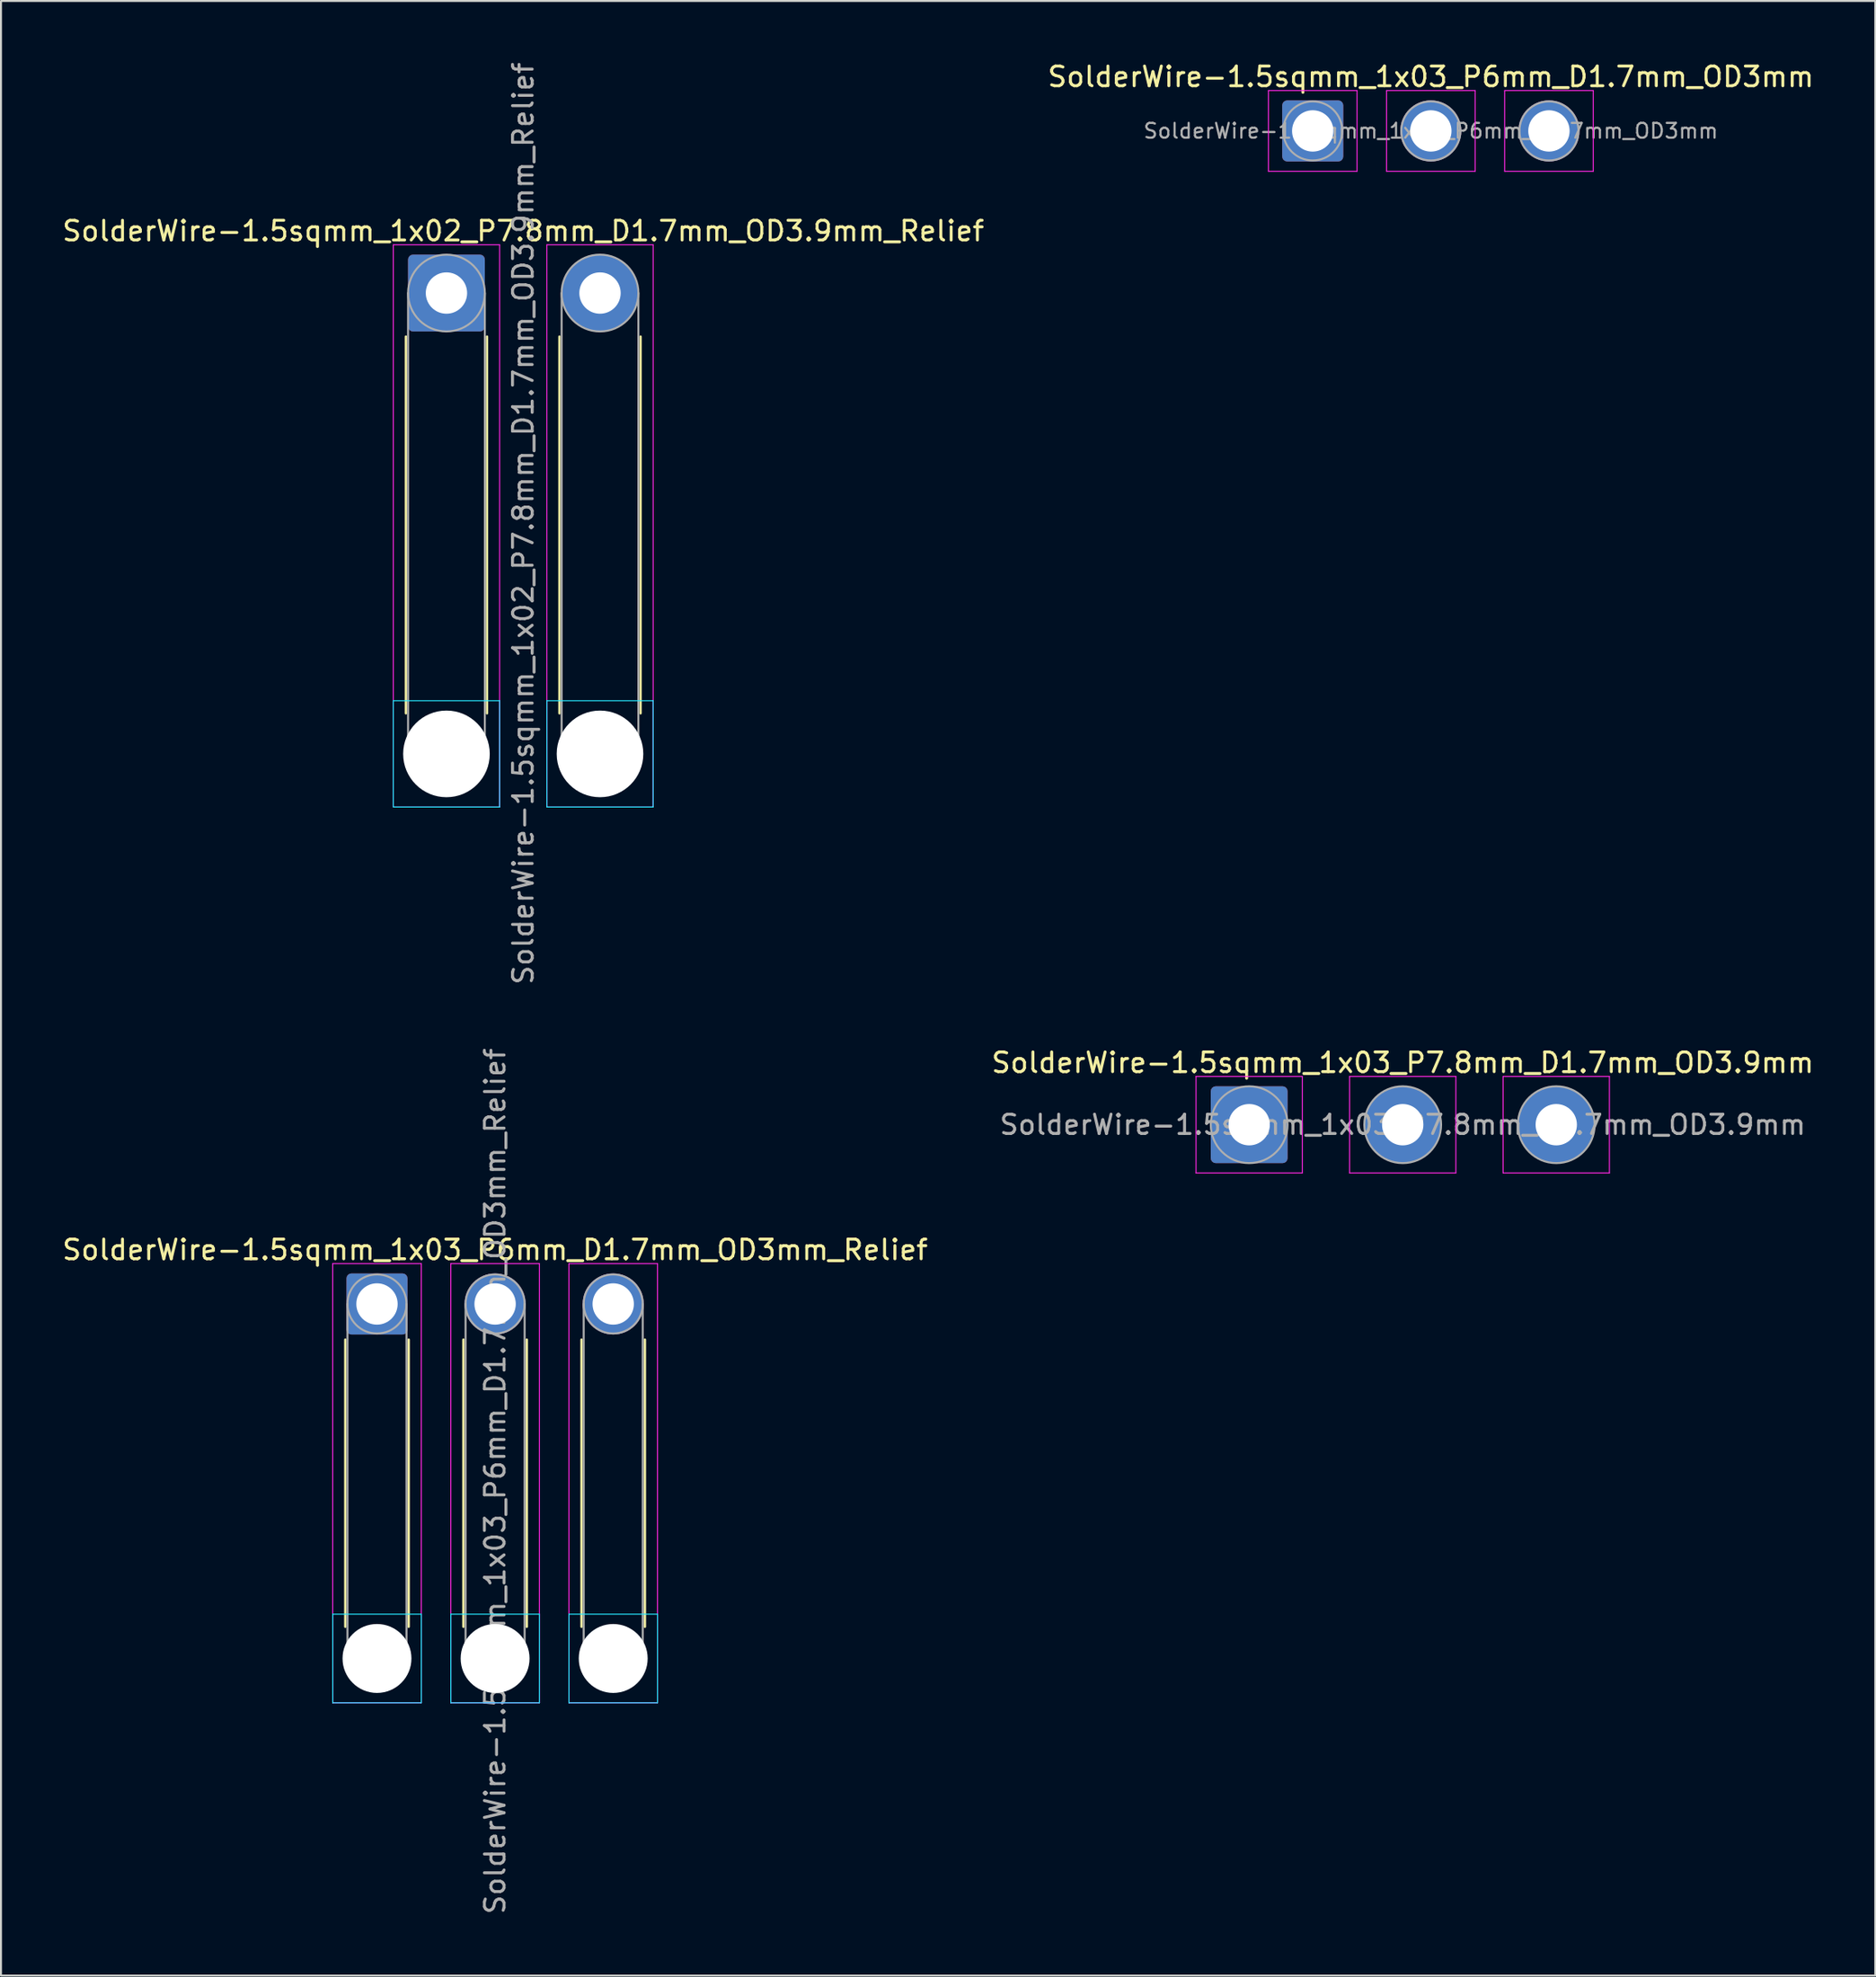
<source format=kicad_pcb>
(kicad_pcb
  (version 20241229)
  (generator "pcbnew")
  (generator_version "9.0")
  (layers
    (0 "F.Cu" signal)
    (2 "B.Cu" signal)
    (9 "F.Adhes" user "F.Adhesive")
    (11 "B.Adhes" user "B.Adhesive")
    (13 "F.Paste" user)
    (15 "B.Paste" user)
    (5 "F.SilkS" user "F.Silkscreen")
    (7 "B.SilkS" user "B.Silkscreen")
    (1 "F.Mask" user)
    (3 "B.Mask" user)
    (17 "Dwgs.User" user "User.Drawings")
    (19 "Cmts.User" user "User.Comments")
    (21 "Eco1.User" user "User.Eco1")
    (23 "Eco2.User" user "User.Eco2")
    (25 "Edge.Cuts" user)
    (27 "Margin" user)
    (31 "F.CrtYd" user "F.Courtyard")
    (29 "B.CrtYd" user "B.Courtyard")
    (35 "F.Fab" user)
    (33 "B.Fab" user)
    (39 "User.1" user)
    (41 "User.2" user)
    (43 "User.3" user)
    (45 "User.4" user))
  (footprint "SolderWire-1.5sqmm_1x03_P6mm_D1.7mm_OD3mm_Relief"
    (layer "F.Cu")
    (at 16.101 63.161)
    (property "Reference" "SolderWire-1.5sqmm_1x03_P6mm_D1.7mm_OD3mm_Relief" (at 6 -2.75 0) (layer "F.SilkS") (effects (font (size 1 1) (thickness 0.15))))
    (attr exclude_from_pos_files exclude_from_bom)
    (fp_line (start -1.61 1.81) (end -1.61 16.39) (stroke (width 0.12) (type solid)) (layer "F.SilkS"))
    (fp_line (start 1.61 1.81) (end 1.61 16.39) (stroke (width 0.12) (type solid)) (layer "F.SilkS"))
    (fp_line (start 4.39 1.81) (end 4.39 16.39) (stroke (width 0.12) (type solid)) (layer "F.SilkS"))
    (fp_line (start 7.61 1.81) (end 7.61 16.39) (stroke (width 0.12) (type solid)) (layer "F.SilkS"))
    (fp_line (start 10.39 1.81) (end 10.39 16.39) (stroke (width 0.12) (type solid)) (layer "F.SilkS"))
    (fp_line (start 13.61 1.81) (end 13.61 16.39) (stroke (width 0.12) (type solid)) (layer "F.SilkS"))
    (fp_line (start -2.25 15.75) (end -2.25 20.25) (stroke (width 0.05) (type solid)) (layer "B.CrtYd"))
    (fp_line (start -2.25 20.25) (end 2.25 20.25) (stroke (width 0.05) (type solid)) (layer "B.CrtYd"))
    (fp_line (start 2.25 15.75) (end -2.25 15.75) (stroke (width 0.05) (type solid)) (layer "B.CrtYd"))
    (fp_line (start 2.25 20.25) (end 2.25 15.75) (stroke (width 0.05) (type solid)) (layer "B.CrtYd"))
    (fp_line (start 3.75 15.75) (end 3.75 20.25) (stroke (width 0.05) (type solid)) (layer "B.CrtYd"))
    (fp_line (start 3.75 20.25) (end 8.25 20.25) (stroke (width 0.05) (type solid)) (layer "B.CrtYd"))
    (fp_line (start 8.25 15.75) (end 3.75 15.75) (stroke (width 0.05) (type solid)) (layer "B.CrtYd"))
    (fp_line (start 8.25 20.25) (end 8.25 15.75) (stroke (width 0.05) (type solid)) (layer "B.CrtYd"))
    (fp_line (start 9.75 15.75) (end 9.75 20.25) (stroke (width 0.05) (type solid)) (layer "B.CrtYd"))
    (fp_line (start 9.75 20.25) (end 14.25 20.25) (stroke (width 0.05) (type solid)) (layer "B.CrtYd"))
    (fp_line (start 14.25 15.75) (end 9.75 15.75) (stroke (width 0.05) (type solid)) (layer "B.CrtYd"))
    (fp_line (start 14.25 20.25) (end 14.25 15.75) (stroke (width 0.05) (type solid)) (layer "B.CrtYd"))
    (fp_line (start -2.25 -2.05) (end -2.25 20.25) (stroke (width 0.05) (type solid)) (layer "F.CrtYd"))
    (fp_line (start -2.25 20.25) (end 2.25 20.25) (stroke (width 0.05) (type solid)) (layer "F.CrtYd"))
    (fp_line (start 2.25 -2.05) (end -2.25 -2.05) (stroke (width 0.05) (type solid)) (layer "F.CrtYd"))
    (fp_line (start 2.25 20.25) (end 2.25 -2.05) (stroke (width 0.05) (type solid)) (layer "F.CrtYd"))
    (fp_line (start 3.75 -2.05) (end 3.75 20.25) (stroke (width 0.05) (type solid)) (layer "F.CrtYd"))
    (fp_line (start 3.75 20.25) (end 8.25 20.25) (stroke (width 0.05) (type solid)) (layer "F.CrtYd"))
    (fp_line (start 8.25 -2.05) (end 3.75 -2.05) (stroke (width 0.05) (type solid)) (layer "F.CrtYd"))
    (fp_line (start 8.25 20.25) (end 8.25 -2.05) (stroke (width 0.05) (type solid)) (layer "F.CrtYd"))
    (fp_line (start 9.75 -2.05) (end 9.75 20.25) (stroke (width 0.05) (type solid)) (layer "F.CrtYd"))
    (fp_line (start 9.75 20.25) (end 14.25 20.25) (stroke (width 0.05) (type solid)) (layer "F.CrtYd"))
    (fp_line (start 14.25 -2.05) (end 9.75 -2.05) (stroke (width 0.05) (type solid)) (layer "F.CrtYd"))
    (fp_line (start 14.25 20.25) (end 14.25 -2.05) (stroke (width 0.05) (type solid)) (layer "F.CrtYd"))
    (fp_line (start -1.5 0) (end -1.5 18) (stroke (width 0.1) (type solid)) (layer "F.Fab"))
    (fp_line (start 1.5 0) (end 1.5 18) (stroke (width 0.1) (type solid)) (layer "F.Fab"))
    (fp_line (start 4.5 0) (end 4.5 18) (stroke (width 0.1) (type solid)) (layer "F.Fab"))
    (fp_line (start 7.5 0) (end 7.5 18) (stroke (width 0.1) (type solid)) (layer "F.Fab"))
    (fp_line (start 10.5 0) (end 10.5 18) (stroke (width 0.1) (type solid)) (layer "F.Fab"))
    (fp_line (start 13.5 0) (end 13.5 18) (stroke (width 0.1) (type solid)) (layer "F.Fab"))
    (fp_circle (center 0 0) (end 1.5 0) (stroke (width 0.1) (type solid)) (fill no) (layer "F.Fab"))
    (fp_circle (center 0 18) (end 1.5 18) (stroke (width 0.1) (type solid)) (fill no) (layer "F.Fab"))
    (fp_circle (center 6 0) (end 7.5 0) (stroke (width 0.1) (type solid)) (fill no) (layer "F.Fab"))
    (fp_circle (center 6 18) (end 7.5 18) (stroke (width 0.1) (type solid)) (fill no) (layer "F.Fab"))
    (fp_circle (center 12 0) (end 13.5 0) (stroke (width 0.1) (type solid)) (fill no) (layer "F.Fab"))
    (fp_circle (center 12 18) (end 13.5 18) (stroke (width 0.1) (type solid)) (fill no) (layer "F.Fab"))
    (fp_text user "${REFERENCE}" (at 6 9 90) (layer "F.Fab") (effects (font (size 1 1) (thickness 0.15))))
    (pad "" np_thru_hole circle (at 0 18) (size 3.5 3.5) (drill 3.5) (layers "*.Cu" "*.Mask"))
    (pad "" np_thru_hole circle (at 6 18) (size 3.5 3.5) (drill 3.5) (layers "*.Cu" "*.Mask"))
    (pad "" np_thru_hole circle (at 12 18) (size 3.5 3.5) (drill 3.5) (layers "*.Cu" "*.Mask"))
    (pad "1" thru_hole roundrect (at 0 0) (size 3.1 3.1) (drill 2.1) (layers "*.Cu" "*.Mask") (roundrect_rratio 0.081))
    (pad "2" thru_hole circle (at 6 0) (size 3.1 3.1) (drill 2.1) (layers "*.Cu" "*.Mask"))
    (pad "3" thru_hole circle (at 12 0) (size 3.1 3.1) (drill 2.1) (layers "*.Cu" "*.Mask")))
  (footprint "SolderWire-1.5sqmm_1x02_P7.8mm_D1.7mm_OD3.9mm_Relief"
    (layer "F.Cu")
    (at 19.63 11.83)
    (property "Reference" "SolderWire-1.5sqmm_1x02_P7.8mm_D1.7mm_OD3.9mm_Relief" (at 3.9 -3.15 0) (layer "F.SilkS") (effects (font (size 1 1) (thickness 0.15))))
    (attr exclude_from_pos_files exclude_from_bom)
    (fp_line (start -2.06 2.21) (end -2.06 21.34) (stroke (width 0.12) (type solid)) (layer "F.SilkS"))
    (fp_line (start 2.06 2.21) (end 2.06 21.34) (stroke (width 0.12) (type solid)) (layer "F.SilkS"))
    (fp_line (start 5.74 2.21) (end 5.74 21.34) (stroke (width 0.12) (type solid)) (layer "F.SilkS"))
    (fp_line (start 9.86 2.21) (end 9.86 21.34) (stroke (width 0.12) (type solid)) (layer "F.SilkS"))
    (fp_line (start -2.7 20.7) (end -2.7 26.1) (stroke (width 0.05) (type solid)) (layer "B.CrtYd"))
    (fp_line (start -2.7 26.1) (end 2.7 26.1) (stroke (width 0.05) (type solid)) (layer "B.CrtYd"))
    (fp_line (start 2.7 20.7) (end -2.7 20.7) (stroke (width 0.05) (type solid)) (layer "B.CrtYd"))
    (fp_line (start 2.7 26.1) (end 2.7 20.7) (stroke (width 0.05) (type solid)) (layer "B.CrtYd"))
    (fp_line (start 5.1 20.7) (end 5.1 26.1) (stroke (width 0.05) (type solid)) (layer "B.CrtYd"))
    (fp_line (start 5.1 26.1) (end 10.5 26.1) (stroke (width 0.05) (type solid)) (layer "B.CrtYd"))
    (fp_line (start 10.5 20.7) (end 5.1 20.7) (stroke (width 0.05) (type solid)) (layer "B.CrtYd"))
    (fp_line (start 10.5 26.1) (end 10.5 20.7) (stroke (width 0.05) (type solid)) (layer "B.CrtYd"))
    (fp_line (start -2.7 -2.45) (end -2.7 26.1) (stroke (width 0.05) (type solid)) (layer "F.CrtYd"))
    (fp_line (start -2.7 26.1) (end 2.7 26.1) (stroke (width 0.05) (type solid)) (layer "F.CrtYd"))
    (fp_line (start 2.7 -2.45) (end -2.7 -2.45) (stroke (width 0.05) (type solid)) (layer "F.CrtYd"))
    (fp_line (start 2.7 26.1) (end 2.7 -2.45) (stroke (width 0.05) (type solid)) (layer "F.CrtYd"))
    (fp_line (start 5.1 -2.45) (end 5.1 26.1) (stroke (width 0.05) (type solid)) (layer "F.CrtYd"))
    (fp_line (start 5.1 26.1) (end 10.5 26.1) (stroke (width 0.05) (type solid)) (layer "F.CrtYd"))
    (fp_line (start 10.5 -2.45) (end 5.1 -2.45) (stroke (width 0.05) (type solid)) (layer "F.CrtYd"))
    (fp_line (start 10.5 26.1) (end 10.5 -2.45) (stroke (width 0.05) (type solid)) (layer "F.CrtYd"))
    (fp_line (start -1.95 0) (end -1.95 23.4) (stroke (width 0.1) (type solid)) (layer "F.Fab"))
    (fp_line (start 1.95 0) (end 1.95 23.4) (stroke (width 0.1) (type solid)) (layer "F.Fab"))
    (fp_line (start 5.85 0) (end 5.85 23.4) (stroke (width 0.1) (type solid)) (layer "F.Fab"))
    (fp_line (start 9.75 0) (end 9.75 23.4) (stroke (width 0.1) (type solid)) (layer "F.Fab"))
    (fp_circle (center 0 0) (end 1.95 0) (stroke (width 0.1) (type solid)) (fill no) (layer "F.Fab"))
    (fp_circle (center 0 23.4) (end 1.95 23.4) (stroke (width 0.1) (type solid)) (fill no) (layer "F.Fab"))
    (fp_circle (center 7.8 0) (end 9.75 0) (stroke (width 0.1) (type solid)) (fill no) (layer "F.Fab"))
    (fp_circle (center 7.8 23.4) (end 9.75 23.4) (stroke (width 0.1) (type solid)) (fill no) (layer "F.Fab"))
    (fp_text user "${REFERENCE}" (at 3.9 11.7 90) (layer "F.Fab") (effects (font (size 1 1) (thickness 0.15))))
    (pad "" np_thru_hole circle (at 0 23.4) (size 4.4 4.4) (drill 4.4) (layers "*.Cu" "*.Mask"))
    (pad "" np_thru_hole circle (at 7.8 23.4) (size 4.4 4.4) (drill 4.4) (layers "*.Cu" "*.Mask"))
    (pad "1" thru_hole roundrect (at 0 0) (size 3.9 3.9) (drill 2.1) (layers "*.Cu" "*.Mask") (roundrect_rratio 0.064))
    (pad "2" thru_hole circle (at 7.8 0) (size 3.9 3.9) (drill 2.1) (layers "*.Cu" "*.Mask")))
  (footprint "SolderWire-1.5sqmm_1x03_P7.8mm_D1.7mm_OD3.9mm"
    (layer "F.Cu")
    (at 60.408 54.058)
    (property "Reference" "SolderWire-1.5sqmm_1x03_P7.8mm_D1.7mm_OD3.9mm" (at 7.8 -3.15 0) (layer "F.SilkS") (effects (font (size 1 1) (thickness 0.15))))
    (attr exclude_from_pos_files exclude_from_bom)
    (fp_line (start -2.7 -2.45) (end -2.7 2.45) (stroke (width 0.05) (type solid)) (layer "F.CrtYd"))
    (fp_line (start -2.7 2.45) (end 2.7 2.45) (stroke (width 0.05) (type solid)) (layer "F.CrtYd"))
    (fp_line (start 2.7 -2.45) (end -2.7 -2.45) (stroke (width 0.05) (type solid)) (layer "F.CrtYd"))
    (fp_line (start 2.7 2.45) (end 2.7 -2.45) (stroke (width 0.05) (type solid)) (layer "F.CrtYd"))
    (fp_line (start 5.1 -2.45) (end 5.1 2.45) (stroke (width 0.05) (type solid)) (layer "F.CrtYd"))
    (fp_line (start 5.1 2.45) (end 10.5 2.45) (stroke (width 0.05) (type solid)) (layer "F.CrtYd"))
    (fp_line (start 10.5 -2.45) (end 5.1 -2.45) (stroke (width 0.05) (type solid)) (layer "F.CrtYd"))
    (fp_line (start 10.5 2.45) (end 10.5 -2.45) (stroke (width 0.05) (type solid)) (layer "F.CrtYd"))
    (fp_line (start 12.9 -2.45) (end 12.9 2.45) (stroke (width 0.05) (type solid)) (layer "F.CrtYd"))
    (fp_line (start 12.9 2.45) (end 18.3 2.45) (stroke (width 0.05) (type solid)) (layer "F.CrtYd"))
    (fp_line (start 18.3 -2.45) (end 12.9 -2.45) (stroke (width 0.05) (type solid)) (layer "F.CrtYd"))
    (fp_line (start 18.3 2.45) (end 18.3 -2.45) (stroke (width 0.05) (type solid)) (layer "F.CrtYd"))
    (fp_circle (center 0 0) (end 1.95 0) (stroke (width 0.1) (type solid)) (fill no) (layer "F.Fab"))
    (fp_circle (center 7.8 0) (end 9.75 0) (stroke (width 0.1) (type solid)) (fill no) (layer "F.Fab"))
    (fp_circle (center 15.6 0) (end 17.55 0) (stroke (width 0.1) (type solid)) (fill no) (layer "F.Fab"))
    (fp_text user "${REFERENCE}" (at 7.8 0 0) (layer "F.Fab") (effects (font (size 0.98 0.98) (thickness 0.15))))
    (pad "1" thru_hole roundrect (at 0 0) (size 3.9 3.9) (drill 2.1) (layers "*.Cu" "*.Mask") (roundrect_rratio 0.064))
    (pad "2" thru_hole circle (at 7.8 0) (size 3.9 3.9) (drill 2.1) (layers "*.Cu" "*.Mask"))
    (pad "3" thru_hole circle (at 15.6 0) (size 3.9 3.9) (drill 2.1) (layers "*.Cu" "*.Mask")))
  (footprint "SolderWire-1.5sqmm_1x03_P6mm_D1.7mm_OD3mm"
    (layer "F.Cu")
    (at 63.637 3.598)
    (property "Reference" "SolderWire-1.5sqmm_1x03_P6mm_D1.7mm_OD3mm" (at 6 -2.75 0) (layer "F.SilkS") (effects (font (size 1 1) (thickness 0.15))))
    (attr exclude_from_pos_files exclude_from_bom)
    (fp_line (start -2.25 -2.05) (end -2.25 2.05) (stroke (width 0.05) (type solid)) (layer "F.CrtYd"))
    (fp_line (start -2.25 2.05) (end 2.25 2.05) (stroke (width 0.05) (type solid)) (layer "F.CrtYd"))
    (fp_line (start 2.25 -2.05) (end -2.25 -2.05) (stroke (width 0.05) (type solid)) (layer "F.CrtYd"))
    (fp_line (start 2.25 2.05) (end 2.25 -2.05) (stroke (width 0.05) (type solid)) (layer "F.CrtYd"))
    (fp_line (start 3.75 -2.05) (end 3.75 2.05) (stroke (width 0.05) (type solid)) (layer "F.CrtYd"))
    (fp_line (start 3.75 2.05) (end 8.25 2.05) (stroke (width 0.05) (type solid)) (layer "F.CrtYd"))
    (fp_line (start 8.25 -2.05) (end 3.75 -2.05) (stroke (width 0.05) (type solid)) (layer "F.CrtYd"))
    (fp_line (start 8.25 2.05) (end 8.25 -2.05) (stroke (width 0.05) (type solid)) (layer "F.CrtYd"))
    (fp_line (start 9.75 -2.05) (end 9.75 2.05) (stroke (width 0.05) (type solid)) (layer "F.CrtYd"))
    (fp_line (start 9.75 2.05) (end 14.25 2.05) (stroke (width 0.05) (type solid)) (layer "F.CrtYd"))
    (fp_line (start 14.25 -2.05) (end 9.75 -2.05) (stroke (width 0.05) (type solid)) (layer "F.CrtYd"))
    (fp_line (start 14.25 2.05) (end 14.25 -2.05) (stroke (width 0.05) (type solid)) (layer "F.CrtYd"))
    (fp_circle (center 0 0) (end 1.5 0) (stroke (width 0.1) (type solid)) (fill no) (layer "F.Fab"))
    (fp_circle (center 6 0) (end 7.5 0) (stroke (width 0.1) (type solid)) (fill no) (layer "F.Fab"))
    (fp_circle (center 12 0) (end 13.5 0) (stroke (width 0.1) (type solid)) (fill no) (layer "F.Fab"))
    (fp_text user "${REFERENCE}" (at 6 0 0) (layer "F.Fab") (effects (font (size 0.75 0.75) (thickness 0.11))))
    (pad "1" thru_hole roundrect (at 0 0) (size 3.1 3.1) (drill 2.1) (layers "*.Cu" "*.Mask") (roundrect_rratio 0.081))
    (pad "2" thru_hole circle (at 6 0) (size 3.1 3.1) (drill 2.1) (layers "*.Cu" "*.Mask"))
    (pad "3" thru_hole circle (at 12 0) (size 3.1 3.1) (drill 2.1) (layers "*.Cu" "*.Mask")))
  (gr_rect
    (start -3 -3)
    (end 92.214 97.262)
    (stroke (width 0.1) (type default))
    (fill no)
    (layer "Edge.Cuts")))
</source>
